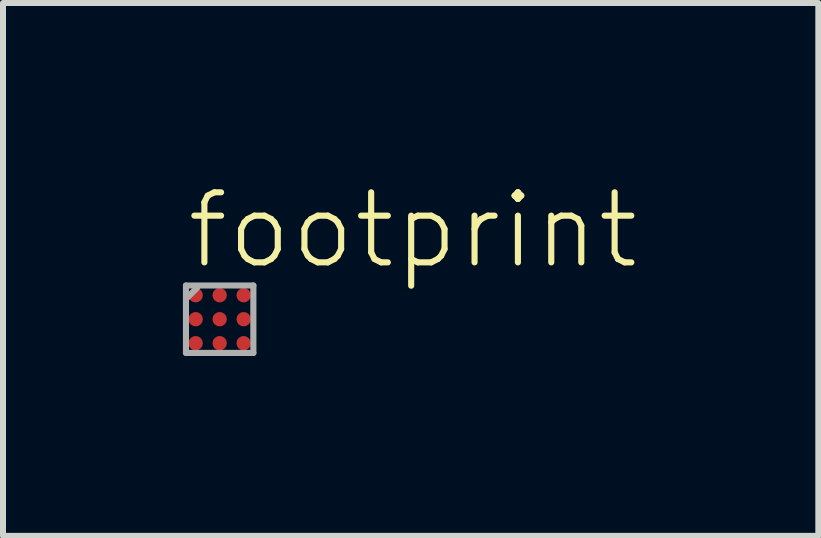
<source format=kicad_pcb>
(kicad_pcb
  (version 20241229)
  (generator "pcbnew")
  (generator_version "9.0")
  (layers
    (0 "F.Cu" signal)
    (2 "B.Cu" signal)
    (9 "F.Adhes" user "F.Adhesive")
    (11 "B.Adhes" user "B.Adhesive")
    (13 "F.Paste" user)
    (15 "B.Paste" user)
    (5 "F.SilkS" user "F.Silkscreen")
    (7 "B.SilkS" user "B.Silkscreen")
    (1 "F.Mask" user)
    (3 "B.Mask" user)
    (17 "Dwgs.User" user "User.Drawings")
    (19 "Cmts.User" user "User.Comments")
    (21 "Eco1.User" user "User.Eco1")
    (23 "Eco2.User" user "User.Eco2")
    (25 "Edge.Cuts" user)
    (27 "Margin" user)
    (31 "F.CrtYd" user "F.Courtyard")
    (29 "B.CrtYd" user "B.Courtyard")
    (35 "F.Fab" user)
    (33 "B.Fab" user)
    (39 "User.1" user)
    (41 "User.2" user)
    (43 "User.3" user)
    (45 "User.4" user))
  (footprint "footprint"
    (layer "F.Cu")
    (at 0.613 2.273)
    (property "Reference" "footprint" (at -0.6 -0.8 0) (layer "F.SilkS") (effects (font (size 1.168 1.168) (thickness 0.102)) (justify left bottom)))
    (fp_circle (center -0.4 -0.4) (end -0.338 -0.4) (stroke (width 0.125) (type solid)) (fill yes) (layer "F.Mask"))
    (fp_circle (center -0.4 0) (end -0.338 0) (stroke (width 0.125) (type solid)) (fill yes) (layer "F.Mask"))
    (fp_circle (center -0.4 0.4) (end -0.338 0.4) (stroke (width 0.125) (type solid)) (fill yes) (layer "F.Mask"))
    (fp_circle (center 0 -0.4) (end 0.062 -0.4) (stroke (width 0.125) (type solid)) (fill yes) (layer "F.Mask"))
    (fp_circle (center 0 0) (end 0.062 0) (stroke (width 0.125) (type solid)) (fill yes) (layer "F.Mask"))
    (fp_circle (center 0 0.4) (end 0.062 0.4) (stroke (width 0.125) (type solid)) (fill yes) (layer "F.Mask"))
    (fp_circle (center 0.4 -0.4) (end 0.463 -0.4) (stroke (width 0.125) (type solid)) (fill yes) (layer "F.Mask"))
    (fp_circle (center 0.4 0) (end 0.463 0) (stroke (width 0.125) (type solid)) (fill yes) (layer "F.Mask"))
    (fp_circle (center 0.4 0.4) (end 0.463 0.4) (stroke (width 0.125) (type solid)) (fill yes) (layer "F.Mask"))
    (fp_line (start -0.562 -0.562) (end 0.562 -0.562) (stroke (width 0.102) (type solid)) (layer "F.Fab"))
    (fp_line (start -0.562 0.562) (end -0.562 -0.562) (stroke (width 0.102) (type solid)) (layer "F.Fab"))
    (fp_line (start -0.537 -0.362) (end -0.375 -0.525) (stroke (width 0.102) (type solid)) (layer "F.Fab"))
    (fp_line (start 0.562 -0.562) (end 0.562 0.562) (stroke (width 0.102) (type solid)) (layer "F.Fab"))
    (fp_line (start 0.562 0.562) (end -0.562 0.562) (stroke (width 0.102) (type solid)) (layer "F.Fab"))
    (pad "A1" smd roundrect (at -0.4 -0.4) (size 0.24 0.24) (layers "F.Cu" "F.Paste") (roundrect_rratio 0.5))
    (pad "A2" smd roundrect (at 0 -0.4) (size 0.24 0.24) (layers "F.Cu" "F.Paste") (roundrect_rratio 0.5))
    (pad "A3" smd roundrect (at 0.4 -0.4) (size 0.24 0.24) (layers "F.Cu" "F.Paste") (roundrect_rratio 0.5))
    (pad "B1" smd roundrect (at -0.4 0) (size 0.24 0.24) (layers "F.Cu" "F.Paste") (roundrect_rratio 0.5))
    (pad "B2" smd roundrect (at 0 0) (size 0.24 0.24) (layers "F.Cu" "F.Paste") (roundrect_rratio 0.5))
    (pad "B3" smd roundrect (at 0.4 0) (size 0.24 0.24) (layers "F.Cu" "F.Paste") (roundrect_rratio 0.5))
    (pad "C1" smd roundrect (at -0.4 0.4) (size 0.24 0.24) (layers "F.Cu" "F.Paste") (roundrect_rratio 0.5))
    (pad "C2" smd roundrect (at 0 0.4) (size 0.24 0.24) (layers "F.Cu" "F.Paste") (roundrect_rratio 0.5))
    (pad "C3" smd roundrect (at 0.4 0.4) (size 0.24 0.24) (layers "F.Cu" "F.Paste") (roundrect_rratio 0.5)))
  (gr_rect
    (start -3 -3)
    (end 10.596 5.886)
    (stroke (width 0.1) (type default))
    (fill no)
    (layer "Edge.Cuts")))
</source>
